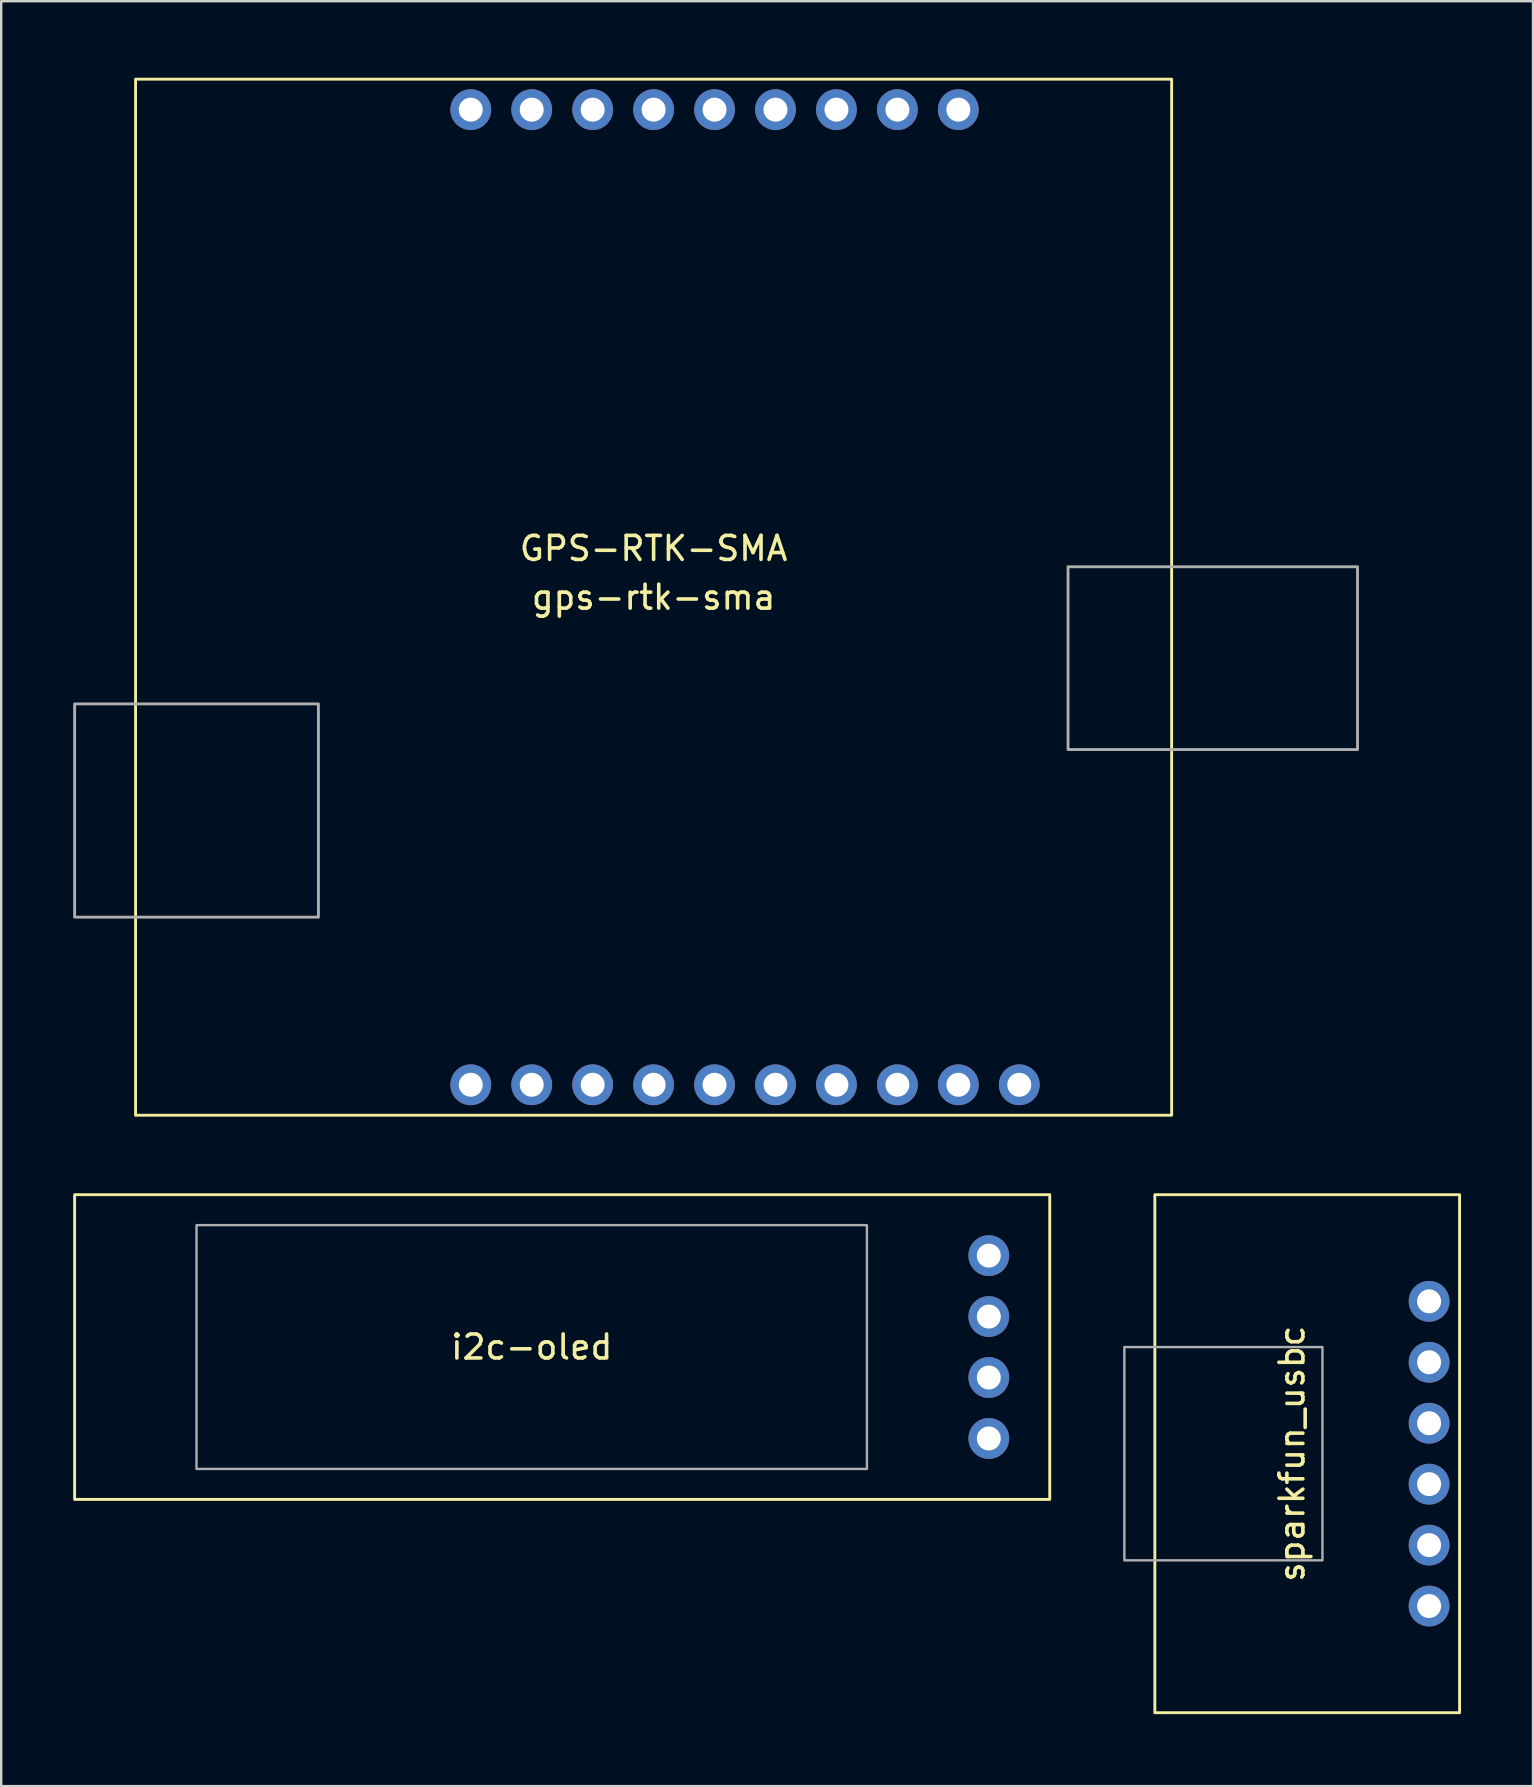
<source format=kicad_pcb>
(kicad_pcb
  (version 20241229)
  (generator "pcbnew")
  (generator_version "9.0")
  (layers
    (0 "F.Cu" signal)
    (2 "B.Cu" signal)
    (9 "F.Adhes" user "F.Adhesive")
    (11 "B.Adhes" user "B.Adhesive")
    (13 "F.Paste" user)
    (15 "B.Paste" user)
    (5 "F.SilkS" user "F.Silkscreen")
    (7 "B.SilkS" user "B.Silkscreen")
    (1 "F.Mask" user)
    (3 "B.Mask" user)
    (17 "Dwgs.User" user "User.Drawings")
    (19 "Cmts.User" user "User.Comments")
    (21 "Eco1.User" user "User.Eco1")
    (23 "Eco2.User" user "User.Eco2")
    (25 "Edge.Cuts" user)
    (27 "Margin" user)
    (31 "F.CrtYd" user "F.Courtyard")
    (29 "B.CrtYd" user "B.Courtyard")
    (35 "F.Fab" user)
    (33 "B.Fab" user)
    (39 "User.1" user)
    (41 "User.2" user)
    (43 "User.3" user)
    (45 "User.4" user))
  (footprint "gps-rtk-sma"
    (layer "F.Cu")
    (at 2.6 0.25)
    (property "Reference" "gps-rtk-sma" (at 21.59 21.59 0) (unlocked yes) (layer "F.SilkS") (effects (font (size 1 1) (thickness 0.15))))
    (attr smd)
    (fp_rect (start 0 0) (end 43.18 43.18) (stroke (width 0.12) (type solid)) (fill no) (layer "F.SilkS"))
    (fp_rect (start -2.54 34.925) (end 7.62 26.035) (stroke (width 0.12) (type solid)) (fill no) (layer "F.Fab"))
    (fp_rect (start 38.862 20.32) (end 50.927 27.94) (stroke (width 0.12) (type solid)) (fill no) (layer "F.Fab"))
    (fp_text user "GPS-RTK-SMA" (at 21.59 19.558 0) (unlocked yes) (layer "F.SilkS") (effects (font (size 1 1) (thickness 0.15))))
    (pad "1" thru_hole oval (at 13.97 1.27) (size 1.7 1.7) (drill 1) (layers "*.Cu" "*.Mask"))
    (pad "2" thru_hole oval (at 16.51 1.27) (size 1.7 1.7) (drill 1) (layers "*.Cu" "*.Mask"))
    (pad "3" thru_hole oval (at 19.05 1.27) (size 1.7 1.7) (drill 1) (layers "*.Cu" "*.Mask"))
    (pad "4" thru_hole oval (at 21.59 1.27) (size 1.7 1.7) (drill 1) (layers "*.Cu" "*.Mask"))
    (pad "5" thru_hole oval (at 24.13 1.27) (size 1.7 1.7) (drill 1) (layers "*.Cu" "*.Mask"))
    (pad "6" thru_hole oval (at 26.67 1.27) (size 1.7 1.7) (drill 1) (layers "*.Cu" "*.Mask"))
    (pad "7" thru_hole oval (at 29.21 1.27) (size 1.7 1.7) (drill 1) (layers "*.Cu" "*.Mask"))
    (pad "8" thru_hole oval (at 31.75 1.27) (size 1.7 1.7) (drill 1) (layers "*.Cu" "*.Mask"))
    (pad "9" thru_hole oval (at 34.29 1.27) (size 1.7 1.7) (drill 1) (layers "*.Cu" "*.Mask"))
    (pad "10" thru_hole oval (at 36.83 41.91) (size 1.7 1.7) (drill 1) (layers "*.Cu" "*.Mask"))
    (pad "11" thru_hole oval (at 34.29 41.91) (size 1.7 1.7) (drill 1) (layers "*.Cu" "*.Mask"))
    (pad "12" thru_hole oval (at 31.75 41.91) (size 1.7 1.7) (drill 1) (layers "*.Cu" "*.Mask"))
    (pad "13" thru_hole oval (at 29.21 41.91) (size 1.7 1.7) (drill 1) (layers "*.Cu" "*.Mask"))
    (pad "14" thru_hole oval (at 26.67 41.91) (size 1.7 1.7) (drill 1) (layers "*.Cu" "*.Mask"))
    (pad "15" thru_hole oval (at 24.13 41.91) (size 1.7 1.7) (drill 1) (layers "*.Cu" "*.Mask"))
    (pad "16" thru_hole oval (at 21.59 41.91) (size 1.7 1.7) (drill 1) (layers "*.Cu" "*.Mask"))
    (pad "17" thru_hole oval (at 19.05 41.91) (size 1.7 1.7) (drill 1) (layers "*.Cu" "*.Mask"))
    (pad "18" thru_hole oval (at 16.51 41.91) (size 1.7 1.7) (drill 1) (layers "*.Cu" "*.Mask"))
    (pad "19" thru_hole oval (at 13.97 41.91) (size 1.7 1.7) (drill 1) (layers "*.Cu" "*.Mask")))
  (footprint "i2c-oled"
    (layer "F.Cu")
    (at 38.16 46.74)
    (property "Reference" "i2c-oled" (at -19.05 6.35 0) (layer "F.SilkS") (effects (font (size 1 1) (thickness 0.15))))
    (attr through_hole)
    (fp_rect (start 2.54 0) (end -38.1 12.7) (stroke (width 0.12) (type solid)) (fill no) (layer "F.SilkS"))
    (fp_rect (start -33.02 1.27) (end -5.08 11.43) (stroke (width 0.1) (type solid)) (fill no) (layer "F.Fab"))
    (pad "1" thru_hole oval (at 0 2.54) (size 1.7 1.7) (drill 1) (layers "*.Cu" "*.Mask"))
    (pad "2" thru_hole oval (at 0 5.08) (size 1.7 1.7) (drill 1) (layers "*.Cu" "*.Mask"))
    (pad "3" thru_hole oval (at 0 7.62) (size 1.7 1.7) (drill 1) (layers "*.Cu" "*.Mask"))
    (pad "4" thru_hole oval (at 0 10.16) (size 1.7 1.7) (drill 1) (layers "*.Cu" "*.Mask")))
  (footprint "sparkfun_usbc"
    (layer "F.Cu")
    (at 45.08 46.74)
    (property "Reference" "sparkfun_usbc" (at 5.715 10.795 90) (layer "F.SilkS") (effects (font (size 1 1) (thickness 0.15))))
    (attr through_hole)
    (fp_rect (start 0 0) (end 12.7 21.59) (stroke (width 0.12) (type solid)) (fill no) (layer "F.SilkS"))
    (fp_rect (start 6.985 6.35) (end -1.27 15.24) (stroke (width 0.1) (type solid)) (fill no) (layer "F.Fab"))
    (pad "" thru_hole oval (at 11.43 9.525) (size 1.7 1.7) (drill 1) (layers "*.Cu" "*.Mask"))
    (pad "" thru_hole oval (at 11.43 17.145) (size 1.7 1.7) (drill 1) (layers "*.Cu" "*.Mask"))
    (pad "1" thru_hole oval (at 11.43 4.445) (size 1.7 1.7) (drill 1) (layers "*.Cu" "*.Mask"))
    (pad "2" thru_hole oval (at 11.43 12.065) (size 1.7 1.7) (drill 1) (layers "*.Cu" "*.Mask"))
    (pad "3" thru_hole oval (at 11.43 14.605) (size 1.7 1.7) (drill 1) (layers "*.Cu" "*.Mask"))
    (pad "4" thru_hole oval (at 11.43 6.985) (size 1.7 1.7) (drill 1) (layers "*.Cu" "*.Mask")))
  (gr_rect
    (start -3 -3)
    (end 60.84 71.39)
    (stroke (width 0.1) (type default))
    (fill no)
    (layer "Edge.Cuts")))
</source>
